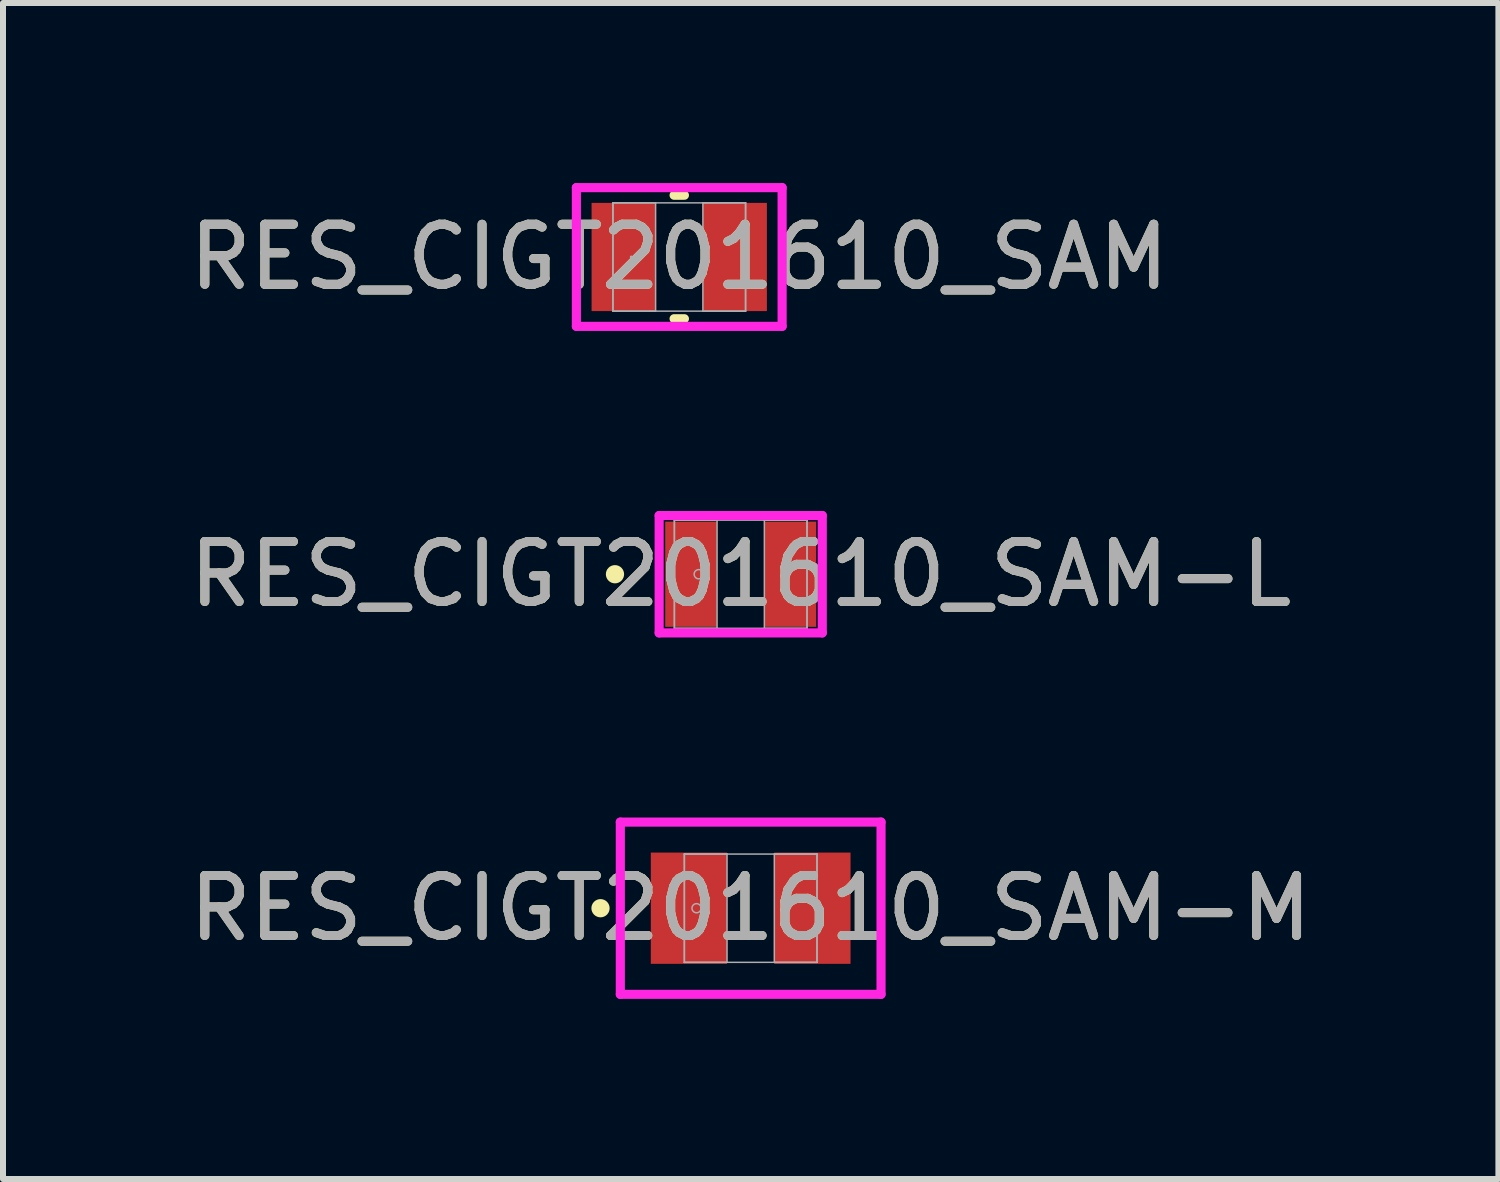
<source format=kicad_pcb>
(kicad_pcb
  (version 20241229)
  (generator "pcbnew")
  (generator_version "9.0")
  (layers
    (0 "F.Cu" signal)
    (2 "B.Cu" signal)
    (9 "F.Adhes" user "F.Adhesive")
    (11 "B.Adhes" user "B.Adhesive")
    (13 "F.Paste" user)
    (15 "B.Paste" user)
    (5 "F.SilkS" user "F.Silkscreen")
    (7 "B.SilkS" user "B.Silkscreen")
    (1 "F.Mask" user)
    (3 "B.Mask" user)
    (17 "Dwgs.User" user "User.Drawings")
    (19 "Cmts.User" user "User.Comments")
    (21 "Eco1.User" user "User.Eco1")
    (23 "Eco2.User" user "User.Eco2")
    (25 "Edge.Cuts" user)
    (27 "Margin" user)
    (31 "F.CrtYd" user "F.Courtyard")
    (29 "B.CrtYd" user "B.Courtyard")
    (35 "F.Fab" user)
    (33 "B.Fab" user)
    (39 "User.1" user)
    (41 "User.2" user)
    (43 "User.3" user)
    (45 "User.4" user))
  (footprint "RES_CIGT201610_SAM-L"
    (layer "F.Cu")
    (at 9.292 6.518)
    (property "Reference" "RES_CIGT201610_SAM-L" (at 0 0 0) (unlocked yes) (layer "F.SilkS") (effects (font (size 1 1) (thickness 0.15))))
    (attr smd)
    (fp_circle (center -2.095 0) (end -2.019 0) (stroke (width 0.152) (type solid)) (fill no) (layer "F.SilkS"))
    (fp_line (start -1.359 -0.978) (end 1.359 -0.978) (stroke (width 0.152) (type solid)) (layer "F.CrtYd"))
    (fp_line (start -1.359 0.978) (end -1.359 -0.978) (stroke (width 0.152) (type solid)) (layer "F.CrtYd"))
    (fp_line (start 1.359 -0.978) (end 1.359 0.978) (stroke (width 0.152) (type solid)) (layer "F.CrtYd"))
    (fp_line (start 1.359 0.978) (end -1.359 0.978) (stroke (width 0.152) (type solid)) (layer "F.CrtYd"))
    (fp_line (start -1.105 -0.902) (end -1.105 0.902) (stroke (width 0.025) (type solid)) (layer "F.Fab"))
    (fp_line (start -1.105 -0.902) (end -1.105 0.902) (stroke (width 0.025) (type solid)) (layer "F.Fab"))
    (fp_line (start -1.105 0.902) (end -0.394 0.902) (stroke (width 0.025) (type solid)) (layer "F.Fab"))
    (fp_line (start -1.105 0.902) (end 1.105 0.902) (stroke (width 0.025) (type solid)) (layer "F.Fab"))
    (fp_line (start -0.394 -0.902) (end -1.105 -0.902) (stroke (width 0.025) (type solid)) (layer "F.Fab"))
    (fp_line (start -0.394 0.902) (end -0.394 -0.902) (stroke (width 0.025) (type solid)) (layer "F.Fab"))
    (fp_line (start 0.394 -0.902) (end 0.394 0.902) (stroke (width 0.025) (type solid)) (layer "F.Fab"))
    (fp_line (start 0.394 0.902) (end 1.105 0.902) (stroke (width 0.025) (type solid)) (layer "F.Fab"))
    (fp_line (start 1.105 -0.902) (end -1.105 -0.902) (stroke (width 0.025) (type solid)) (layer "F.Fab"))
    (fp_line (start 1.105 -0.902) (end 0.394 -0.902) (stroke (width 0.025) (type solid)) (layer "F.Fab"))
    (fp_line (start 1.105 0.902) (end 1.105 -0.902) (stroke (width 0.025) (type solid)) (layer "F.Fab"))
    (fp_line (start 1.105 0.902) (end 1.105 -0.902) (stroke (width 0.025) (type solid)) (layer "F.Fab"))
    (fp_circle (center -0.699 0) (end -0.622 0) (stroke (width 0.025) (type solid)) (fill no) (layer "F.Fab"))
    (fp_text user "${REFERENCE}" (at 0 0 0) (unlocked yes) (layer "F.Fab") (effects (font (size 1 1) (thickness 0.15))))
    (pad "1" smd rect (at -0.826 0) (size 0.864 1.753) (layers "F.Cu" "F.Mask" "F.Paste"))
    (pad "2" smd rect (at 0.826 0) (size 0.864 1.753) (layers "F.Cu" "F.Mask" "F.Paste"))
    (zone (net_name "") (layer "F.Cu") (hatch full 0.508) (connect_pads) (min_thickness 0.254) (filled_areas_thickness no) (keepout (tracks not_allowed) (vias not_allowed) (pads allowed) (copperpour not_allowed) (footprints allowed)) (placement (enabled no)) (fill) (polygon (pts (xy 8.949 5.667) (xy 9.635 5.667) (xy 9.635 7.369) (xy 8.949 7.369)))))
  (footprint "RES_CIGT201610_SAM"
    (layer "F.Cu")
    (at 8.268 1.232)
    (property "Reference" "RES_CIGT201610_SAM" (at 0 0 0) (unlocked yes) (layer "F.SilkS") (effects (font (size 1 1) (thickness 0.15))))
    (attr smd)
    (fp_line (start -0.086 1.029) (end 0.086 1.029) (stroke (width 0.152) (type solid)) (layer "F.SilkS"))
    (fp_line (start 0.086 -1.029) (end -0.086 -1.029) (stroke (width 0.152) (type solid)) (layer "F.SilkS"))
    (fp_line (start -1.714 -1.156) (end 1.714 -1.156) (stroke (width 0.152) (type solid)) (layer "F.CrtYd"))
    (fp_line (start -1.714 1.156) (end -1.714 -1.156) (stroke (width 0.152) (type solid)) (layer "F.CrtYd"))
    (fp_line (start 1.714 -1.156) (end 1.714 1.156) (stroke (width 0.152) (type solid)) (layer "F.CrtYd"))
    (fp_line (start 1.714 1.156) (end -1.714 1.156) (stroke (width 0.152) (type solid)) (layer "F.CrtYd"))
    (fp_line (start -1.105 -0.902) (end -1.105 0.902) (stroke (width 0.025) (type solid)) (layer "F.Fab"))
    (fp_line (start -1.105 -0.902) (end -1.105 0.902) (stroke (width 0.025) (type solid)) (layer "F.Fab"))
    (fp_line (start -1.105 0.902) (end -0.394 0.902) (stroke (width 0.025) (type solid)) (layer "F.Fab"))
    (fp_line (start -1.105 0.902) (end 1.105 0.902) (stroke (width 0.025) (type solid)) (layer "F.Fab"))
    (fp_line (start -0.394 -0.902) (end -1.105 -0.902) (stroke (width 0.025) (type solid)) (layer "F.Fab"))
    (fp_line (start -0.394 0.902) (end -0.394 -0.902) (stroke (width 0.025) (type solid)) (layer "F.Fab"))
    (fp_line (start 0.394 -0.902) (end 0.394 0.902) (stroke (width 0.025) (type solid)) (layer "F.Fab"))
    (fp_line (start 0.394 0.902) (end 1.105 0.902) (stroke (width 0.025) (type solid)) (layer "F.Fab"))
    (fp_line (start 1.105 -0.902) (end -1.105 -0.902) (stroke (width 0.025) (type solid)) (layer "F.Fab"))
    (fp_line (start 1.105 -0.902) (end 0.394 -0.902) (stroke (width 0.025) (type solid)) (layer "F.Fab"))
    (fp_line (start 1.105 0.902) (end 1.105 -0.902) (stroke (width 0.025) (type solid)) (layer "F.Fab"))
    (fp_line (start 1.105 0.902) (end 1.105 -0.902) (stroke (width 0.025) (type solid)) (layer "F.Fab"))
    (fp_circle (center -0.8 0) (end -0.8 0) (stroke (width 0.025) (type solid)) (fill no) (layer "F.Fab"))
    (fp_text user "${REFERENCE}" (at 0 0 0) (unlocked yes) (layer "F.Fab") (effects (font (size 1 1) (thickness 0.15))))
    (pad "1" smd rect (at -0.927 0) (size 1.067 1.803) (layers "F.Cu" "F.Mask" "F.Paste"))
    (pad "2" smd rect (at 0.927 0) (size 1.067 1.803) (layers "F.Cu" "F.Mask" "F.Paste"))
    (zone (net_name "") (layer "F.Cu") (hatch full 0.508) (connect_pads) (min_thickness 0.254) (filled_areas_thickness no) (keepout (tracks not_allowed) (vias not_allowed) (pads allowed) (copperpour not_allowed) (footprints allowed)) (placement (enabled no)) (fill) (polygon (pts (xy 7.925 0.381) (xy 8.611 0.381) (xy 8.611 2.083) (xy 7.925 2.083)))))
  (footprint "RES_CIGT201610_SAM-M"
    (layer "F.Cu")
    (at 9.458 12.083)
    (property "Reference" "RES_CIGT201610_SAM-M" (at 0 0 0) (unlocked yes) (layer "F.SilkS") (effects (font (size 1 1) (thickness 0.15))))
    (attr smd)
    (fp_circle (center -2.502 0) (end -2.426 0) (stroke (width 0.152) (type solid)) (fill no) (layer "F.SilkS"))
    (fp_line (start -2.172 -1.435) (end 2.172 -1.435) (stroke (width 0.152) (type solid)) (layer "F.CrtYd"))
    (fp_line (start -2.172 1.435) (end -2.172 -1.435) (stroke (width 0.152) (type solid)) (layer "F.CrtYd"))
    (fp_line (start 2.172 -1.435) (end 2.172 1.435) (stroke (width 0.152) (type solid)) (layer "F.CrtYd"))
    (fp_line (start 2.172 1.435) (end -2.172 1.435) (stroke (width 0.152) (type solid)) (layer "F.CrtYd"))
    (fp_line (start -1.105 -0.902) (end -1.105 0.902) (stroke (width 0.025) (type solid)) (layer "F.Fab"))
    (fp_line (start -1.105 -0.902) (end -1.105 0.902) (stroke (width 0.025) (type solid)) (layer "F.Fab"))
    (fp_line (start -1.105 0.902) (end -0.394 0.902) (stroke (width 0.025) (type solid)) (layer "F.Fab"))
    (fp_line (start -1.105 0.902) (end 1.105 0.902) (stroke (width 0.025) (type solid)) (layer "F.Fab"))
    (fp_line (start -0.394 -0.902) (end -1.105 -0.902) (stroke (width 0.025) (type solid)) (layer "F.Fab"))
    (fp_line (start -0.394 0.902) (end -0.394 -0.902) (stroke (width 0.025) (type solid)) (layer "F.Fab"))
    (fp_line (start 0.394 -0.902) (end 0.394 0.902) (stroke (width 0.025) (type solid)) (layer "F.Fab"))
    (fp_line (start 0.394 0.902) (end 1.105 0.902) (stroke (width 0.025) (type solid)) (layer "F.Fab"))
    (fp_line (start 1.105 -0.902) (end -1.105 -0.902) (stroke (width 0.025) (type solid)) (layer "F.Fab"))
    (fp_line (start 1.105 -0.902) (end 0.394 -0.902) (stroke (width 0.025) (type solid)) (layer "F.Fab"))
    (fp_line (start 1.105 0.902) (end 1.105 -0.902) (stroke (width 0.025) (type solid)) (layer "F.Fab"))
    (fp_line (start 1.105 0.902) (end 1.105 -0.902) (stroke (width 0.025) (type solid)) (layer "F.Fab"))
    (fp_circle (center -0.902 0) (end -0.826 0) (stroke (width 0.025) (type solid)) (fill no) (layer "F.Fab"))
    (fp_text user "${REFERENCE}" (at 0 0 0) (unlocked yes) (layer "F.Fab") (effects (font (size 1 1) (thickness 0.15))))
    (pad "1" smd rect (at -1.029 0) (size 1.27 1.854) (layers "F.Cu" "F.Mask" "F.Paste"))
    (pad "2" smd rect (at 1.029 0) (size 1.27 1.854) (layers "F.Cu" "F.Mask" "F.Paste"))
    (zone (net_name "") (layer "F.Cu") (hatch full 0.508) (connect_pads) (min_thickness 0.254) (filled_areas_thickness no) (keepout (tracks not_allowed) (vias not_allowed) (pads allowed) (copperpour not_allowed) (footprints allowed)) (placement (enabled no)) (fill) (polygon (pts (xy 9.115 11.232) (xy 9.801 11.232) (xy 9.801 12.934) (xy 9.115 12.934)))))
  (gr_rect
    (start -3 -3)
    (end 21.917 16.595)
    (stroke (width 0.1) (type default))
    (fill no)
    (layer "Edge.Cuts")))
</source>
